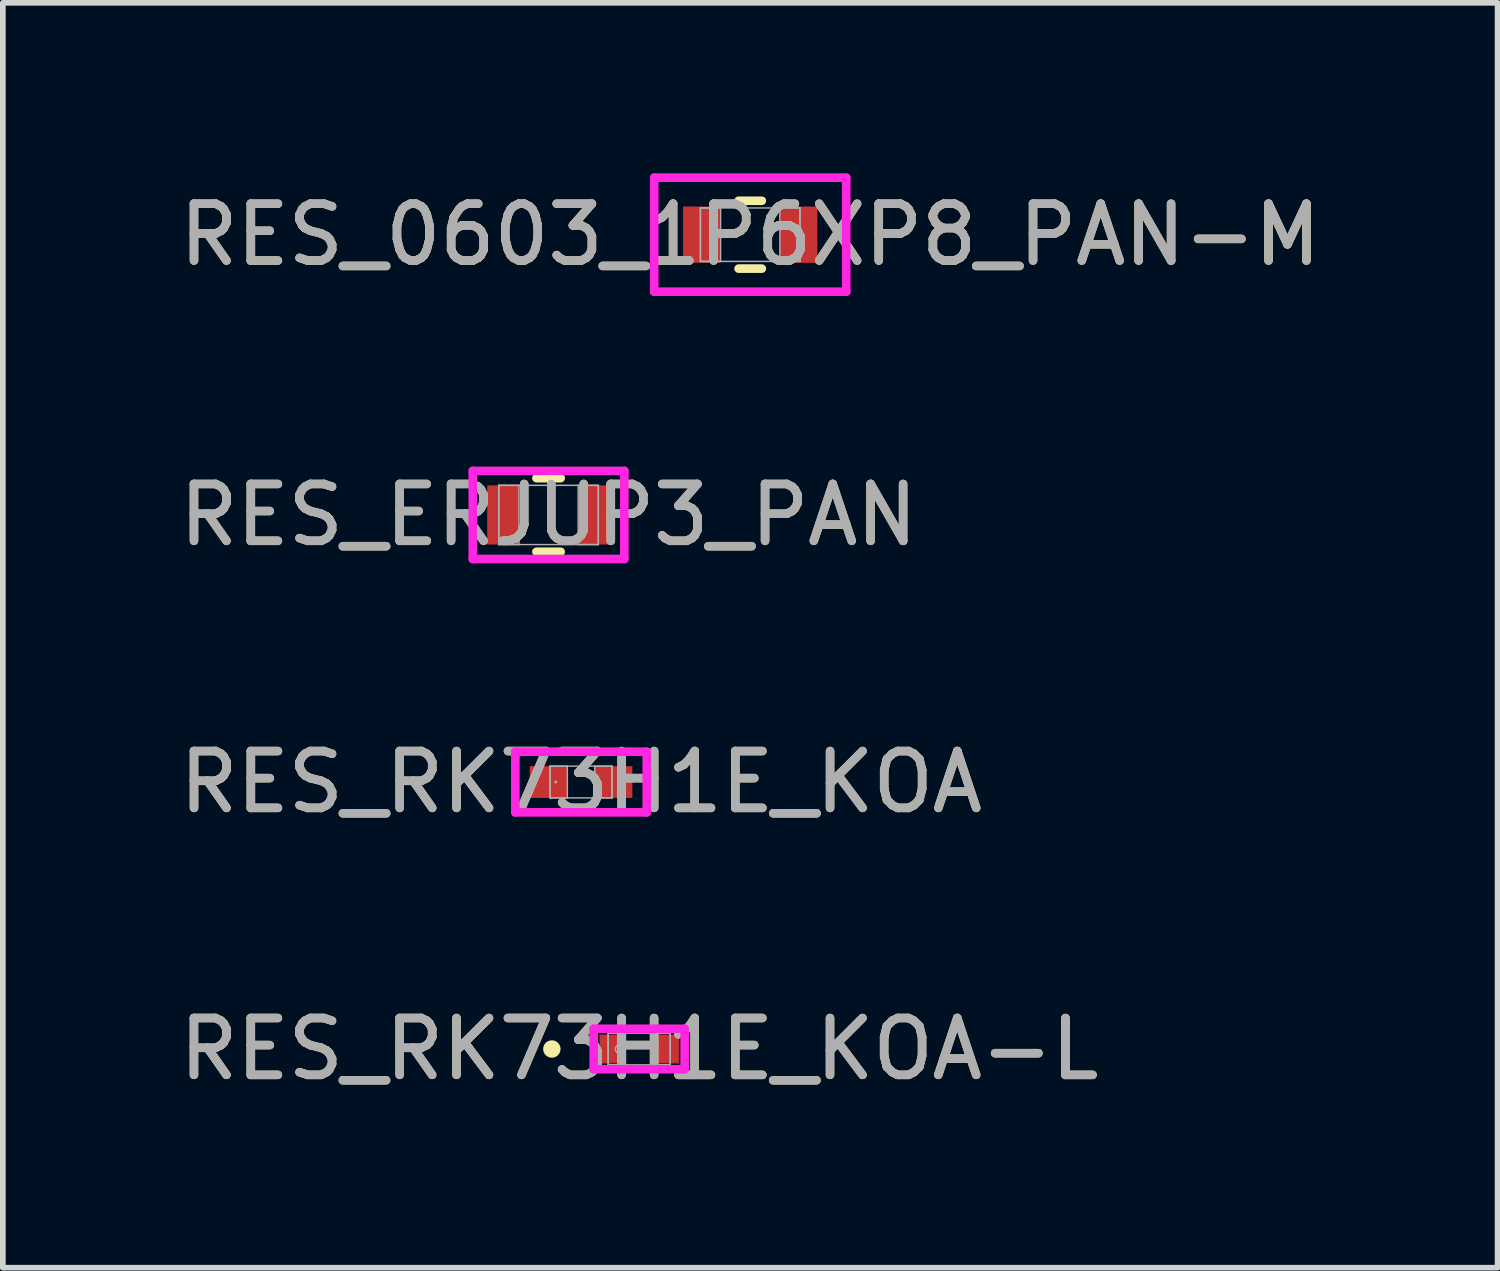
<source format=kicad_pcb>
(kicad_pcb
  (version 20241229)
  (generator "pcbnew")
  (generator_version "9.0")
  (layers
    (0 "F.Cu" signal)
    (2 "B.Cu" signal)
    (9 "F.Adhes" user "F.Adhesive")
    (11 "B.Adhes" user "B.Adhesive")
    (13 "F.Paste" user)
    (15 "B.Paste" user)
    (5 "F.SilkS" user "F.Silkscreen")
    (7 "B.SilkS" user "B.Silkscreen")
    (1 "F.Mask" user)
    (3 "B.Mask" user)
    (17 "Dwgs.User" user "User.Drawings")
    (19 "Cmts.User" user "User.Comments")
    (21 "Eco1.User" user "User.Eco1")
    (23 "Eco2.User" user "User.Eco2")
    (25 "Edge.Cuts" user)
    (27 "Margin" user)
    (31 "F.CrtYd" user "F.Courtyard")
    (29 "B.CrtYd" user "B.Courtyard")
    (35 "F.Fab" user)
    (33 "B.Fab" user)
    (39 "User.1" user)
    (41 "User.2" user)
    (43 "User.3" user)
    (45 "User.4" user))
  (footprint "RES_RK73H1E_KOA"
    (layer "F.Cu")
    (at 7.173 10.709)
    (property "Reference" "RES_RK73H1E_KOA" (at 0 0 0) (unlocked yes) (layer "F.SilkS") (effects (font (size 1 1) (thickness 0.15))))
    (attr smd)
    (fp_line (start -1.156 -0.533) (end 1.156 -0.533) (stroke (width 0.152) (type solid)) (layer "F.CrtYd"))
    (fp_line (start -1.156 0.533) (end -1.156 -0.533) (stroke (width 0.152) (type solid)) (layer "F.CrtYd"))
    (fp_line (start 1.156 -0.533) (end 1.156 0.533) (stroke (width 0.152) (type solid)) (layer "F.CrtYd"))
    (fp_line (start 1.156 0.533) (end -1.156 0.533) (stroke (width 0.152) (type solid)) (layer "F.CrtYd"))
    (fp_line (start -0.546 -0.279) (end -0.546 0.279) (stroke (width 0.025) (type solid)) (layer "F.Fab"))
    (fp_line (start -0.546 -0.279) (end -0.546 0.279) (stroke (width 0.025) (type solid)) (layer "F.Fab"))
    (fp_line (start -0.546 0.279) (end -0.241 0.279) (stroke (width 0.025) (type solid)) (layer "F.Fab"))
    (fp_line (start -0.546 0.279) (end 0.546 0.279) (stroke (width 0.025) (type solid)) (layer "F.Fab"))
    (fp_line (start -0.241 -0.279) (end -0.546 -0.279) (stroke (width 0.025) (type solid)) (layer "F.Fab"))
    (fp_line (start -0.241 0.279) (end -0.241 -0.279) (stroke (width 0.025) (type solid)) (layer "F.Fab"))
    (fp_line (start 0.241 -0.279) (end 0.241 0.279) (stroke (width 0.025) (type solid)) (layer "F.Fab"))
    (fp_line (start 0.241 0.279) (end 0.546 0.279) (stroke (width 0.025) (type solid)) (layer "F.Fab"))
    (fp_line (start 0.546 -0.279) (end -0.546 -0.279) (stroke (width 0.025) (type solid)) (layer "F.Fab"))
    (fp_line (start 0.546 -0.279) (end 0.241 -0.279) (stroke (width 0.025) (type solid)) (layer "F.Fab"))
    (fp_line (start 0.546 0.279) (end 0.546 -0.279) (stroke (width 0.025) (type solid)) (layer "F.Fab"))
    (fp_line (start 0.546 0.279) (end 0.546 -0.279) (stroke (width 0.025) (type solid)) (layer "F.Fab"))
    (fp_circle (center -0.445 0) (end -0.445 0) (stroke (width 0.025) (type solid)) (fill no) (layer "F.Fab"))
    (fp_text user "${REFERENCE}" (at 0 0 0) (unlocked yes) (layer "F.Fab") (effects (font (size 1 1) (thickness 0.15))))
    (pad "1" smd rect (at -0.572 0) (size 0.66 0.559) (layers "F.Cu" "F.Mask" "F.Paste"))
    (pad "2" smd rect (at 0.572 0) (size 0.66 0.559) (layers "F.Cu" "F.Mask" "F.Paste"))
    (zone (net_name "") (layer "F.Cu") (hatch full 0.508) (connect_pads) (min_thickness 0.254) (filled_areas_thickness no) (keepout (tracks not_allowed) (vias not_allowed) (pads allowed) (copperpour not_allowed) (footprints allowed)) (placement (enabled no)) (fill) (polygon (pts (xy 6.982 10.48) (xy 7.363 10.48) (xy 7.363 10.938) (xy 6.982 10.938)))))
  (footprint "RES_ERJUP3_PAN"
    (layer "F.Cu")
    (at 6.601 6.01)
    (property "Reference" "RES_ERJUP3_PAN" (at 0 0 0) (unlocked yes) (layer "F.SilkS") (effects (font (size 1 1) (thickness 0.15))))
    (attr smd)
    (fp_line (start -0.213 0.648) (end 0.213 0.648) (stroke (width 0.152) (type solid)) (layer "F.SilkS"))
    (fp_line (start 0.213 -0.648) (end -0.213 -0.648) (stroke (width 0.152) (type solid)) (layer "F.SilkS"))
    (fp_line (start -1.333 -0.775) (end 1.333 -0.775) (stroke (width 0.152) (type solid)) (layer "F.CrtYd"))
    (fp_line (start -1.333 0.775) (end -1.333 -0.775) (stroke (width 0.152) (type solid)) (layer "F.CrtYd"))
    (fp_line (start 1.333 -0.775) (end 1.333 0.775) (stroke (width 0.152) (type solid)) (layer "F.CrtYd"))
    (fp_line (start 1.333 0.775) (end -1.333 0.775) (stroke (width 0.152) (type solid)) (layer "F.CrtYd"))
    (fp_line (start -0.876 -0.521) (end -0.876 0.521) (stroke (width 0.025) (type solid)) (layer "F.Fab"))
    (fp_line (start -0.876 -0.521) (end -0.876 0.521) (stroke (width 0.025) (type solid)) (layer "F.Fab"))
    (fp_line (start -0.876 0.521) (end -0.521 0.521) (stroke (width 0.025) (type solid)) (layer "F.Fab"))
    (fp_line (start -0.876 0.521) (end 0.876 0.521) (stroke (width 0.025) (type solid)) (layer "F.Fab"))
    (fp_line (start -0.521 -0.521) (end -0.876 -0.521) (stroke (width 0.025) (type solid)) (layer "F.Fab"))
    (fp_line (start -0.521 0.521) (end -0.521 -0.521) (stroke (width 0.025) (type solid)) (layer "F.Fab"))
    (fp_line (start 0.521 -0.521) (end 0.521 0.521) (stroke (width 0.025) (type solid)) (layer "F.Fab"))
    (fp_line (start 0.521 0.521) (end 0.876 0.521) (stroke (width 0.025) (type solid)) (layer "F.Fab"))
    (fp_line (start 0.876 -0.521) (end -0.876 -0.521) (stroke (width 0.025) (type solid)) (layer "F.Fab"))
    (fp_line (start 0.876 -0.521) (end 0.521 -0.521) (stroke (width 0.025) (type solid)) (layer "F.Fab"))
    (fp_line (start 0.876 0.521) (end 0.876 -0.521) (stroke (width 0.025) (type solid)) (layer "F.Fab"))
    (fp_line (start 0.876 0.521) (end 0.876 -0.521) (stroke (width 0.025) (type solid)) (layer "F.Fab"))
    (fp_text user "${REFERENCE}" (at 0 0 0) (unlocked yes) (layer "F.Fab") (effects (font (size 1 1) (thickness 0.15))))
    (pad "1" smd rect (at -0.8 0) (size 0.559 1.041) (layers "F.Cu" "F.Mask" "F.Paste"))
    (pad "2" smd rect (at 0.8 0) (size 0.559 1.041) (layers "F.Cu" "F.Mask" "F.Paste"))
    (zone (net_name "") (layer "F.Cu") (hatch full 0.508) (connect_pads) (min_thickness 0.254) (filled_areas_thickness no) (keepout (tracks not_allowed) (vias not_allowed) (pads allowed) (copperpour not_allowed) (footprints allowed)) (placement (enabled no)) (fill) (polygon (pts (xy 6.131 5.54) (xy 7.071 5.54) (xy 7.071 6.48) (xy 6.131 6.48)))))
  (footprint "RES_RK73H1E_KOA-L"
    (layer "F.Cu")
    (at 8.196 15.406)
    (property "Reference" "RES_RK73H1E_KOA-L" (at 0 0 0) (unlocked yes) (layer "F.SilkS") (effects (font (size 1 1) (thickness 0.15))))
    (attr smd)
    (fp_circle (center -1.537 0) (end -1.46 0) (stroke (width 0.152) (type solid)) (fill no) (layer "F.SilkS"))
    (fp_line (start -0.8 -0.356) (end 0.8 -0.356) (stroke (width 0.152) (type solid)) (layer "F.CrtYd"))
    (fp_line (start -0.8 0.356) (end -0.8 -0.356) (stroke (width 0.152) (type solid)) (layer "F.CrtYd"))
    (fp_line (start 0.8 -0.356) (end 0.8 0.356) (stroke (width 0.152) (type solid)) (layer "F.CrtYd"))
    (fp_line (start 0.8 0.356) (end -0.8 0.356) (stroke (width 0.152) (type solid)) (layer "F.CrtYd"))
    (fp_line (start -0.546 -0.279) (end -0.546 0.279) (stroke (width 0.025) (type solid)) (layer "F.Fab"))
    (fp_line (start -0.546 -0.279) (end -0.546 0.279) (stroke (width 0.025) (type solid)) (layer "F.Fab"))
    (fp_line (start -0.546 0.279) (end -0.241 0.279) (stroke (width 0.025) (type solid)) (layer "F.Fab"))
    (fp_line (start -0.546 0.279) (end 0.546 0.279) (stroke (width 0.025) (type solid)) (layer "F.Fab"))
    (fp_line (start -0.241 -0.279) (end -0.546 -0.279) (stroke (width 0.025) (type solid)) (layer "F.Fab"))
    (fp_line (start -0.241 0.279) (end -0.241 -0.279) (stroke (width 0.025) (type solid)) (layer "F.Fab"))
    (fp_line (start 0.241 -0.279) (end 0.241 0.279) (stroke (width 0.025) (type solid)) (layer "F.Fab"))
    (fp_line (start 0.241 0.279) (end 0.546 0.279) (stroke (width 0.025) (type solid)) (layer "F.Fab"))
    (fp_line (start 0.546 -0.279) (end -0.546 -0.279) (stroke (width 0.025) (type solid)) (layer "F.Fab"))
    (fp_line (start 0.546 -0.279) (end 0.241 -0.279) (stroke (width 0.025) (type solid)) (layer "F.Fab"))
    (fp_line (start 0.546 0.279) (end 0.546 -0.279) (stroke (width 0.025) (type solid)) (layer "F.Fab"))
    (fp_line (start 0.546 0.279) (end 0.546 -0.279) (stroke (width 0.025) (type solid)) (layer "F.Fab"))
    (fp_circle (center -0.343 0) (end -0.267 0) (stroke (width 0.025) (type solid)) (fill no) (layer "F.Fab"))
    (fp_text user "${REFERENCE}" (at 0 0 0) (unlocked yes) (layer "F.Fab") (effects (font (size 1 1) (thickness 0.15))))
    (pad "1" smd rect (at -0.47 0) (size 0.457 0.508) (layers "F.Cu" "F.Mask" "F.Paste"))
    (pad "2" smd rect (at 0.47 0) (size 0.457 0.508) (layers "F.Cu" "F.Mask" "F.Paste"))
    (zone (net_name "") (layer "F.Cu") (hatch full 0.508) (connect_pads) (min_thickness 0.254) (filled_areas_thickness no) (keepout (tracks not_allowed) (vias not_allowed) (pads allowed) (copperpour not_allowed) (footprints allowed)) (placement (enabled no)) (fill) (polygon (pts (xy 8.006 15.177) (xy 8.387 15.177) (xy 8.387 15.634) (xy 8.006 15.634)))))
  (footprint "RES_0603_1P6XP8_PAN-M"
    (layer "F.Cu")
    (at 10.149 1.079)
    (property "Reference" "RES_0603_1P6XP8_PAN-M" (at 0 0 0) (unlocked yes) (layer "F.SilkS") (effects (font (size 1 1) (thickness 0.15))))
    (attr smd)
    (fp_line (start -0.204 0.597) (end 0.204 0.597) (stroke (width 0.152) (type solid)) (layer "F.SilkS"))
    (fp_line (start 0.204 -0.597) (end -0.204 -0.597) (stroke (width 0.152) (type solid)) (layer "F.SilkS"))
    (fp_line (start -1.689 -1.003) (end 1.689 -1.003) (stroke (width 0.152) (type solid)) (layer "F.CrtYd"))
    (fp_line (start -1.689 1.003) (end -1.689 -1.003) (stroke (width 0.152) (type solid)) (layer "F.CrtYd"))
    (fp_line (start 1.689 -1.003) (end 1.689 1.003) (stroke (width 0.152) (type solid)) (layer "F.CrtYd"))
    (fp_line (start 1.689 1.003) (end -1.689 1.003) (stroke (width 0.152) (type solid)) (layer "F.CrtYd"))
    (fp_line (start -0.876 -0.47) (end -0.876 0.47) (stroke (width 0.025) (type solid)) (layer "F.Fab"))
    (fp_line (start -0.876 -0.47) (end -0.876 0.47) (stroke (width 0.025) (type solid)) (layer "F.Fab"))
    (fp_line (start -0.876 0.47) (end -0.521 0.47) (stroke (width 0.025) (type solid)) (layer "F.Fab"))
    (fp_line (start -0.876 0.47) (end 0.876 0.47) (stroke (width 0.025) (type solid)) (layer "F.Fab"))
    (fp_line (start -0.521 -0.47) (end -0.876 -0.47) (stroke (width 0.025) (type solid)) (layer "F.Fab"))
    (fp_line (start -0.521 0.47) (end -0.521 -0.47) (stroke (width 0.025) (type solid)) (layer "F.Fab"))
    (fp_line (start 0.521 -0.47) (end 0.521 0.47) (stroke (width 0.025) (type solid)) (layer "F.Fab"))
    (fp_line (start 0.521 0.47) (end 0.876 0.47) (stroke (width 0.025) (type solid)) (layer "F.Fab"))
    (fp_line (start 0.876 -0.47) (end -0.876 -0.47) (stroke (width 0.025) (type solid)) (layer "F.Fab"))
    (fp_line (start 0.876 -0.47) (end 0.521 -0.47) (stroke (width 0.025) (type solid)) (layer "F.Fab"))
    (fp_line (start 0.876 0.47) (end 0.876 -0.47) (stroke (width 0.025) (type solid)) (layer "F.Fab"))
    (fp_line (start 0.876 0.47) (end 0.876 -0.47) (stroke (width 0.025) (type solid)) (layer "F.Fab"))
    (fp_text user "${REFERENCE}" (at 0 0 0) (unlocked yes) (layer "F.Fab") (effects (font (size 1 1) (thickness 0.15))))
    (pad "1" smd rect (at -0.851 0) (size 0.66 0.991) (layers "F.Cu" "F.Mask" "F.Paste"))
    (pad "2" smd rect (at 0.851 0) (size 0.66 0.991) (layers "F.Cu" "F.Mask" "F.Paste"))
    (zone (net_name "") (layer "F.Cu") (hatch full 0.508) (connect_pads) (min_thickness 0.254) (filled_areas_thickness no) (keepout (tracks not_allowed) (vias not_allowed) (pads allowed) (copperpour not_allowed) (footprints allowed)) (placement (enabled no)) (fill) (polygon (pts (xy 9.679 0.66) (xy 10.619 0.66) (xy 10.619 1.499) (xy 9.679 1.499)))))
  (gr_rect
    (start -3 -3)
    (end 23.298 19.254)
    (stroke (width 0.1) (type default))
    (fill no)
    (layer "Edge.Cuts")))
</source>
